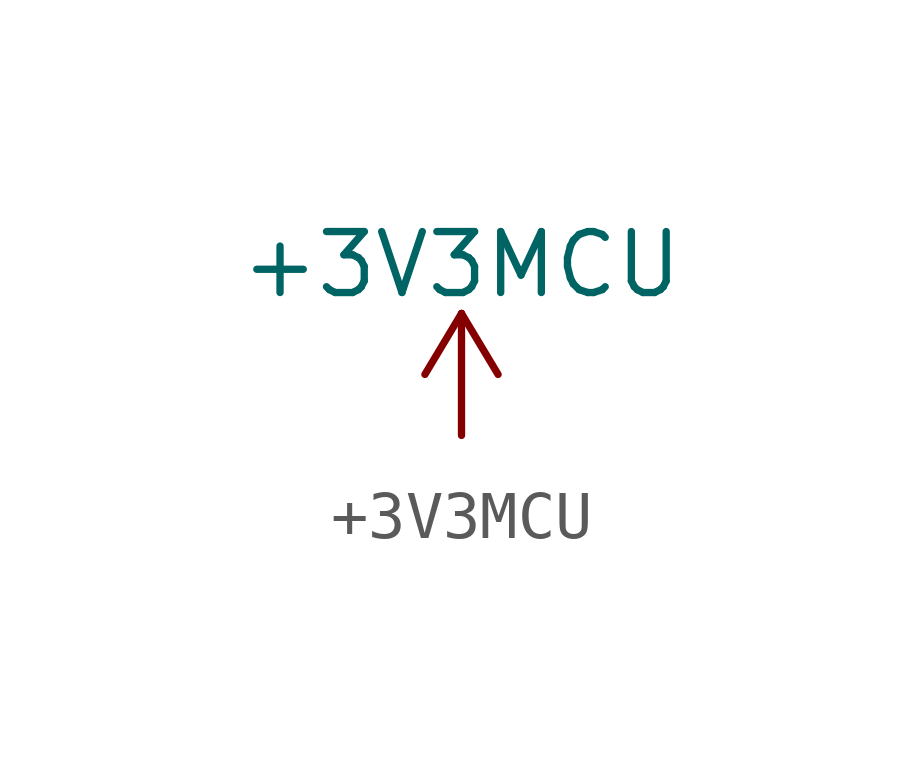
<source format=kicad_sym>
(kicad_symbol_lib
  (version 20220914)
  (generator kicad_symbol_editor)
  (symbol "+3V3MCU"
    (power)
    (pin_names
      (offset 0))
    (property "Reference" "#PWR3V3MCU"
      (at 0 -3.81 0)
      (effects (font (size 1.27 1.27)) hide))
    (property "Value" "+3V3MCU"
      (at 0 3.556 0)
      (effects (font (size 1.27 1.27))))
    (symbol "+3V3MCU_0_1"
      (polyline (pts (xy -0.762 1.27) (xy 0 2.54)) (stroke (width 0) (type default)) (fill (type none)))
      (polyline (pts (xy 0 0) (xy 0 2.54)) (stroke (width 0) (type default)) (fill (type none)))
      (polyline (pts (xy 0 2.54) (xy 0.762 1.27)) (stroke (width 0) (type default)) (fill (type none))))
    (symbol "+3V3MCU_1_1"
      (pin power_in line (at 0 0 90) (length 0) hide (name "+3V3MCU" (effects (font (size 1.27 1.27)))) (number "1" (effects (font (size 1.27 1.27))))))))
</source>
